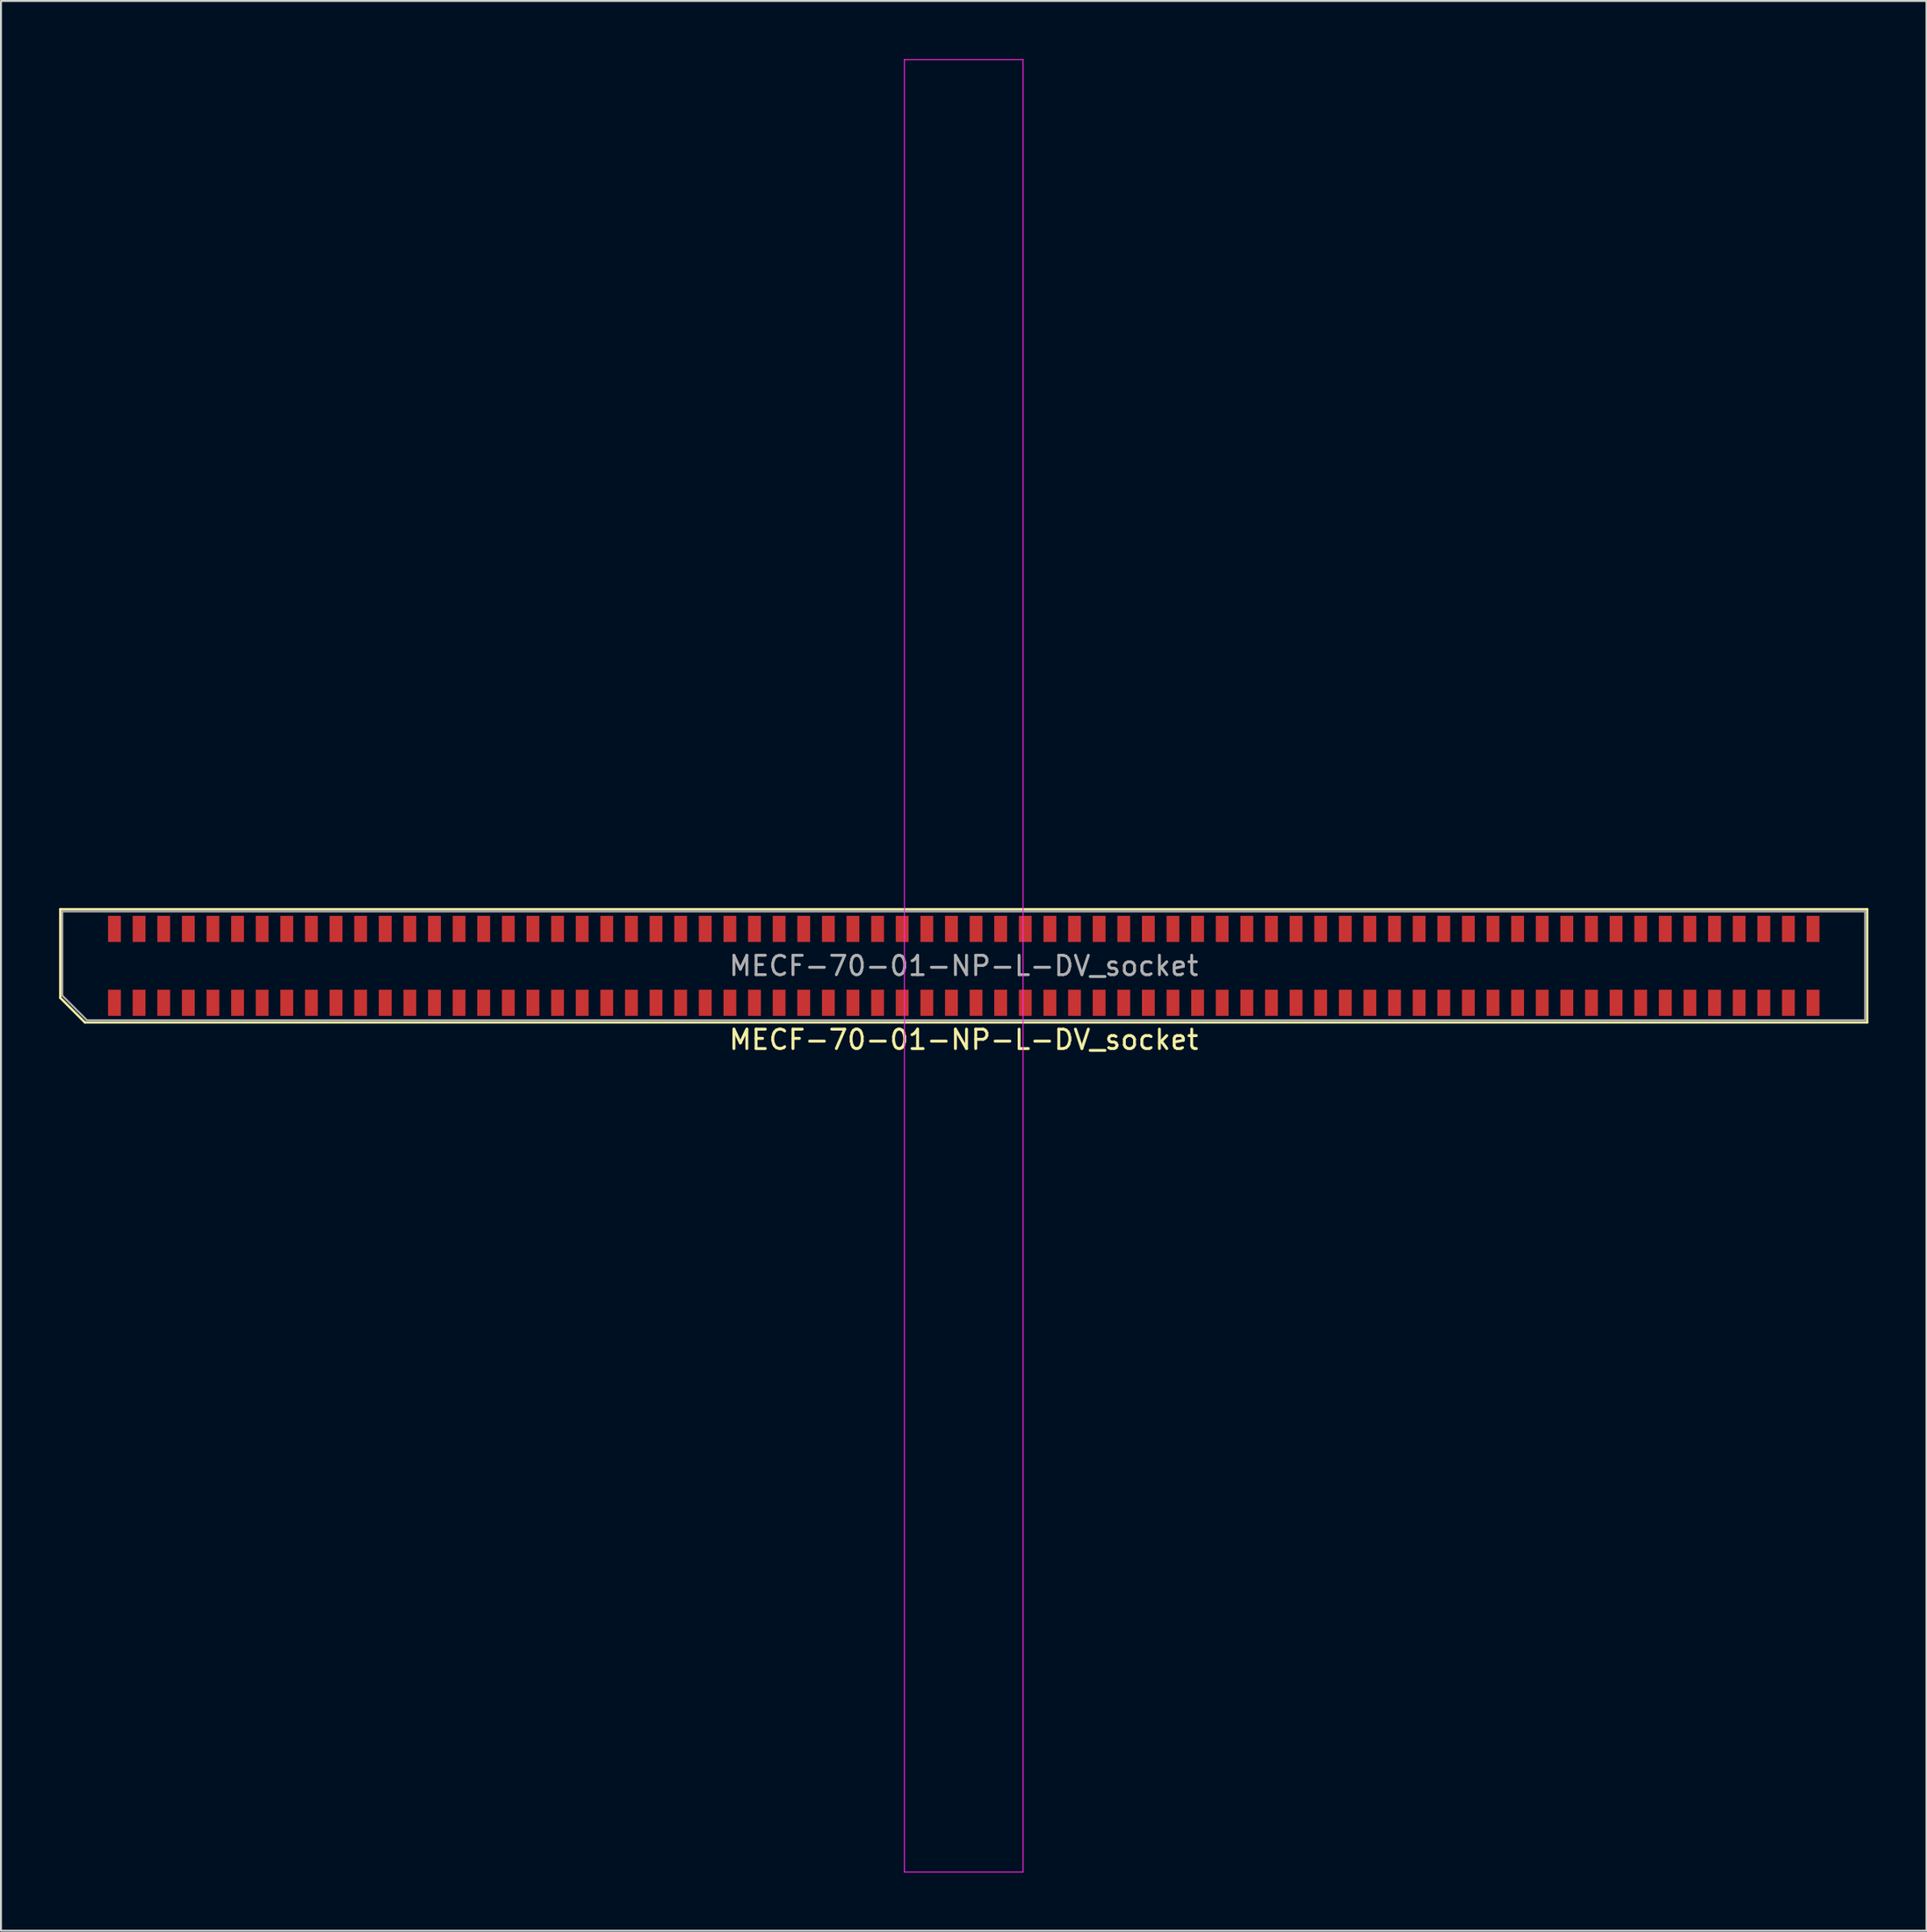
<source format=kicad_pcb>
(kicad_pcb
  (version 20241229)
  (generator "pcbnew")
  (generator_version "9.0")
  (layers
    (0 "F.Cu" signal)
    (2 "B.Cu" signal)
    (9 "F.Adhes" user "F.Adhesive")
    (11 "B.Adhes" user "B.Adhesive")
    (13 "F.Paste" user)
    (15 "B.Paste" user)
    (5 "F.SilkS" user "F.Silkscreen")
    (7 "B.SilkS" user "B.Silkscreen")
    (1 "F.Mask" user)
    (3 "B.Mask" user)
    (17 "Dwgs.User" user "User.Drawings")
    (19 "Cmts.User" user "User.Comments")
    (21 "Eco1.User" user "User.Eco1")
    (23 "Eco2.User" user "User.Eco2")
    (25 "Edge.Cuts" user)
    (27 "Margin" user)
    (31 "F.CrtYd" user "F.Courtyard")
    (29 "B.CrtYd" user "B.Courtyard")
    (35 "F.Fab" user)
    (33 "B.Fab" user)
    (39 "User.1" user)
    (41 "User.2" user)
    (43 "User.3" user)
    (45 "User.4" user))
  (footprint "MECF-70-01-NP-L-DV_socket"
    (layer "F.Cu")
    (at 46.67 46.775)
    (property "Reference" "MECF-70-01-NP-L-DV_socket" (at 0 3.81 0) (layer "F.SilkS") (effects (font (size 1 1) (thickness 0.15))))
    (attr smd)
    (fp_line (start -46.61 -2.92) (end 46.61 -2.92) (stroke (width 0.12) (type solid)) (layer "F.SilkS"))
    (fp_line (start -46.61 1.65) (end -46.61 -2.92) (stroke (width 0.12) (type solid)) (layer "F.SilkS"))
    (fp_line (start -45.34 2.92) (end -46.61 1.65) (stroke (width 0.12) (type solid)) (layer "F.SilkS"))
    (fp_line (start -45.34 2.92) (end 46.61 2.92) (stroke (width 0.12) (type solid)) (layer "F.SilkS"))
    (fp_line (start 46.61 2.92) (end 46.61 -2.92) (stroke (width 0.12) (type solid)) (layer "F.SilkS"))
    (fp_line (start -3.06 -46.75) (end -3.06 46.75) (stroke (width 0.05) (type solid)) (layer "F.CrtYd"))
    (fp_line (start -3.06 46.75) (end 3.06 46.75) (stroke (width 0.05) (type solid)) (layer "F.CrtYd"))
    (fp_line (start 3.06 -46.75) (end -3.06 -46.75) (stroke (width 0.05) (type solid)) (layer "F.CrtYd"))
    (fp_line (start 3.06 46.75) (end 3.06 -46.75) (stroke (width 0.05) (type solid)) (layer "F.CrtYd"))
    (fp_line (start -46.505 -2.805) (end 46.505 -2.805) (stroke (width 0.1) (type solid)) (layer "F.Fab"))
    (fp_line (start -46.505 1.535) (end -46.505 -2.805) (stroke (width 0.1) (type solid)) (layer "F.Fab"))
    (fp_line (start -46.505 1.535) (end -45.235 2.805) (stroke (width 0.1) (type solid)) (layer "F.Fab"))
    (fp_line (start -45.235 2.805) (end 46.505 2.805) (stroke (width 0.1) (type solid)) (layer "F.Fab"))
    (fp_line (start 46.505 2.805) (end 46.505 -2.805) (stroke (width 0.1) (type solid)) (layer "F.Fab"))
    (fp_text user "${REFERENCE}" (at 0 0 0) (layer "F.Fab") (effects (font (size 1 1) (thickness 0.15))))
    (pad "" np_thru_hole circle (at -45.595 0) (size 0.001 0.001) (drill 1.45) (layers "*.Cu" "*.Mask"))
    (pad "" np_thru_hole circle (at 45.595 1) (size 0.001 0.001) (drill 1.45) (layers "*.Cu" "*.Mask"))
    (pad "1" smd rect (at -43.815 1.905) (size 0.66 1.35) (layers "F.Cu" "F.Mask" "F.Paste"))
    (pad "2" smd rect (at -43.815 -1.905) (size 0.66 1.35) (layers "F.Cu" "F.Mask" "F.Paste"))
    (pad "3" smd rect (at -42.545 1.905) (size 0.66 1.35) (layers "F.Cu" "F.Mask" "F.Paste"))
    (pad "4" smd rect (at -42.545 -1.905) (size 0.66 1.35) (layers "F.Cu" "F.Mask" "F.Paste"))
    (pad "5" smd rect (at -41.275 1.905) (size 0.66 1.35) (layers "F.Cu" "F.Mask" "F.Paste"))
    (pad "6" smd rect (at -41.275 -1.905) (size 0.66 1.35) (layers "F.Cu" "F.Mask" "F.Paste"))
    (pad "7" smd rect (at -40.005 1.905) (size 0.66 1.35) (layers "F.Cu" "F.Mask" "F.Paste"))
    (pad "8" smd rect (at -40.005 -1.905) (size 0.66 1.35) (layers "F.Cu" "F.Mask" "F.Paste"))
    (pad "9" smd rect (at -38.735 1.905) (size 0.66 1.35) (layers "F.Cu" "F.Mask" "F.Paste"))
    (pad "10" smd rect (at -38.735 -1.905) (size 0.66 1.35) (layers "F.Cu" "F.Mask" "F.Paste"))
    (pad "11" smd rect (at -37.465 1.905) (size 0.66 1.35) (layers "F.Cu" "F.Mask" "F.Paste"))
    (pad "12" smd rect (at -37.465 -1.905) (size 0.66 1.35) (layers "F.Cu" "F.Mask" "F.Paste"))
    (pad "13" smd rect (at -36.195 1.905) (size 0.66 1.35) (layers "F.Cu" "F.Mask" "F.Paste"))
    (pad "14" smd rect (at -36.195 -1.905) (size 0.66 1.35) (layers "F.Cu" "F.Mask" "F.Paste"))
    (pad "15" smd rect (at -34.925 1.905) (size 0.66 1.35) (layers "F.Cu" "F.Mask" "F.Paste"))
    (pad "16" smd rect (at -34.925 -1.905) (size 0.66 1.35) (layers "F.Cu" "F.Mask" "F.Paste"))
    (pad "17" smd rect (at -33.655 1.905) (size 0.66 1.35) (layers "F.Cu" "F.Mask" "F.Paste"))
    (pad "18" smd rect (at -33.655 -1.905) (size 0.66 1.35) (layers "F.Cu" "F.Mask" "F.Paste"))
    (pad "19" smd rect (at -32.385 1.905) (size 0.66 1.35) (layers "F.Cu" "F.Mask" "F.Paste"))
    (pad "20" smd rect (at -32.385 -1.905) (size 0.66 1.35) (layers "F.Cu" "F.Mask" "F.Paste"))
    (pad "21" smd rect (at -31.115 1.905) (size 0.66 1.35) (layers "F.Cu" "F.Mask" "F.Paste"))
    (pad "22" smd rect (at -31.115 -1.905) (size 0.66 1.35) (layers "F.Cu" "F.Mask" "F.Paste"))
    (pad "23" smd rect (at -29.845 1.905) (size 0.66 1.35) (layers "F.Cu" "F.Mask" "F.Paste"))
    (pad "24" smd rect (at -29.845 -1.905) (size 0.66 1.35) (layers "F.Cu" "F.Mask" "F.Paste"))
    (pad "25" smd rect (at -28.575 1.905) (size 0.66 1.35) (layers "F.Cu" "F.Mask" "F.Paste"))
    (pad "26" smd rect (at -28.575 -1.905) (size 0.66 1.35) (layers "F.Cu" "F.Mask" "F.Paste"))
    (pad "27" smd rect (at -27.305 1.905) (size 0.66 1.35) (layers "F.Cu" "F.Mask" "F.Paste"))
    (pad "28" smd rect (at -27.305 -1.905) (size 0.66 1.35) (layers "F.Cu" "F.Mask" "F.Paste"))
    (pad "29" smd rect (at -26.035 1.905) (size 0.66 1.35) (layers "F.Cu" "F.Mask" "F.Paste"))
    (pad "30" smd rect (at -26.035 -1.905) (size 0.66 1.35) (layers "F.Cu" "F.Mask" "F.Paste"))
    (pad "31" smd rect (at -24.765 1.905) (size 0.66 1.35) (layers "F.Cu" "F.Mask" "F.Paste"))
    (pad "32" smd rect (at -24.765 -1.905) (size 0.66 1.35) (layers "F.Cu" "F.Mask" "F.Paste"))
    (pad "33" smd rect (at -23.495 1.905) (size 0.66 1.35) (layers "F.Cu" "F.Mask" "F.Paste"))
    (pad "34" smd rect (at -23.495 -1.905) (size 0.66 1.35) (layers "F.Cu" "F.Mask" "F.Paste"))
    (pad "35" smd rect (at -22.225 1.905) (size 0.66 1.35) (layers "F.Cu" "F.Mask" "F.Paste"))
    (pad "36" smd rect (at -22.225 -1.905) (size 0.66 1.35) (layers "F.Cu" "F.Mask" "F.Paste"))
    (pad "37" smd rect (at -20.955 1.905) (size 0.66 1.35) (layers "F.Cu" "F.Mask" "F.Paste"))
    (pad "38" smd rect (at -20.955 -1.905) (size 0.66 1.35) (layers "F.Cu" "F.Mask" "F.Paste"))
    (pad "39" smd rect (at -19.685 1.905) (size 0.66 1.35) (layers "F.Cu" "F.Mask" "F.Paste"))
    (pad "40" smd rect (at -19.685 -1.905) (size 0.66 1.35) (layers "F.Cu" "F.Mask" "F.Paste"))
    (pad "41" smd rect (at -18.415 1.905) (size 0.66 1.35) (layers "F.Cu" "F.Mask" "F.Paste"))
    (pad "42" smd rect (at -18.415 -1.905) (size 0.66 1.35) (layers "F.Cu" "F.Mask" "F.Paste"))
    (pad "43" smd rect (at -17.145 1.905) (size 0.66 1.35) (layers "F.Cu" "F.Mask" "F.Paste"))
    (pad "44" smd rect (at -17.145 -1.905) (size 0.66 1.35) (layers "F.Cu" "F.Mask" "F.Paste"))
    (pad "45" smd rect (at -15.875 1.905) (size 0.66 1.35) (layers "F.Cu" "F.Mask" "F.Paste"))
    (pad "46" smd rect (at -15.875 -1.905) (size 0.66 1.35) (layers "F.Cu" "F.Mask" "F.Paste"))
    (pad "47" smd rect (at -14.605 1.905) (size 0.66 1.35) (layers "F.Cu" "F.Mask" "F.Paste"))
    (pad "48" smd rect (at -14.605 -1.905) (size 0.66 1.35) (layers "F.Cu" "F.Mask" "F.Paste"))
    (pad "49" smd rect (at -13.335 1.905) (size 0.66 1.35) (layers "F.Cu" "F.Mask" "F.Paste"))
    (pad "50" smd rect (at -13.335 -1.905) (size 0.66 1.35) (layers "F.Cu" "F.Mask" "F.Paste"))
    (pad "51" smd rect (at -12.065 1.905) (size 0.66 1.35) (layers "F.Cu" "F.Mask" "F.Paste"))
    (pad "52" smd rect (at -12.065 -1.905) (size 0.66 1.35) (layers "F.Cu" "F.Mask" "F.Paste"))
    (pad "53" smd rect (at -10.795 1.905) (size 0.66 1.35) (layers "F.Cu" "F.Mask" "F.Paste"))
    (pad "54" smd rect (at -10.795 -1.905) (size 0.66 1.35) (layers "F.Cu" "F.Mask" "F.Paste"))
    (pad "55" smd rect (at -9.525 1.905) (size 0.66 1.35) (layers "F.Cu" "F.Mask" "F.Paste"))
    (pad "56" smd rect (at -9.525 -1.905) (size 0.66 1.35) (layers "F.Cu" "F.Mask" "F.Paste"))
    (pad "57" smd rect (at -8.255 1.905) (size 0.66 1.35) (layers "F.Cu" "F.Mask" "F.Paste"))
    (pad "58" smd rect (at -8.255 -1.905) (size 0.66 1.35) (layers "F.Cu" "F.Mask" "F.Paste"))
    (pad "59" smd rect (at -6.985 1.905) (size 0.66 1.35) (layers "F.Cu" "F.Mask" "F.Paste"))
    (pad "60" smd rect (at -6.985 -1.905) (size 0.66 1.35) (layers "F.Cu" "F.Mask" "F.Paste"))
    (pad "61" smd rect (at -5.715 1.905) (size 0.66 1.35) (layers "F.Cu" "F.Mask" "F.Paste"))
    (pad "62" smd rect (at -5.715 -1.905) (size 0.66 1.35) (layers "F.Cu" "F.Mask" "F.Paste"))
    (pad "63" smd rect (at -4.445 1.905) (size 0.66 1.35) (layers "F.Cu" "F.Mask" "F.Paste"))
    (pad "64" smd rect (at -4.445 -1.905) (size 0.66 1.35) (layers "F.Cu" "F.Mask" "F.Paste"))
    (pad "65" smd rect (at -3.175 1.905) (size 0.66 1.35) (layers "F.Cu" "F.Mask" "F.Paste"))
    (pad "66" smd rect (at -3.175 -1.905) (size 0.66 1.35) (layers "F.Cu" "F.Mask" "F.Paste"))
    (pad "67" smd rect (at -1.905 1.905) (size 0.66 1.35) (layers "F.Cu" "F.Mask" "F.Paste"))
    (pad "68" smd rect (at -1.905 -1.905) (size 0.66 1.35) (layers "F.Cu" "F.Mask" "F.Paste"))
    (pad "69" smd rect (at -0.635 1.905) (size 0.66 1.35) (layers "F.Cu" "F.Mask" "F.Paste"))
    (pad "70" smd rect (at -0.635 -1.905) (size 0.66 1.35) (layers "F.Cu" "F.Mask" "F.Paste"))
    (pad "71" smd rect (at 0.635 1.905) (size 0.66 1.35) (layers "F.Cu" "F.Mask" "F.Paste"))
    (pad "72" smd rect (at 0.635 -1.905) (size 0.66 1.35) (layers "F.Cu" "F.Mask" "F.Paste"))
    (pad "73" smd rect (at 1.905 1.905) (size 0.66 1.35) (layers "F.Cu" "F.Mask" "F.Paste"))
    (pad "74" smd rect (at 1.905 -1.905) (size 0.66 1.35) (layers "F.Cu" "F.Mask" "F.Paste"))
    (pad "75" smd rect (at 3.175 1.905) (size 0.66 1.35) (layers "F.Cu" "F.Mask" "F.Paste"))
    (pad "76" smd rect (at 3.175 -1.905) (size 0.66 1.35) (layers "F.Cu" "F.Mask" "F.Paste"))
    (pad "77" smd rect (at 4.445 1.905) (size 0.66 1.35) (layers "F.Cu" "F.Mask" "F.Paste"))
    (pad "78" smd rect (at 4.445 -1.905) (size 0.66 1.35) (layers "F.Cu" "F.Mask" "F.Paste"))
    (pad "79" smd rect (at 5.715 1.905) (size 0.66 1.35) (layers "F.Cu" "F.Mask" "F.Paste"))
    (pad "80" smd rect (at 5.715 -1.905) (size 0.66 1.35) (layers "F.Cu" "F.Mask" "F.Paste"))
    (pad "81" smd rect (at 6.985 1.905) (size 0.66 1.35) (layers "F.Cu" "F.Mask" "F.Paste"))
    (pad "82" smd rect (at 6.985 -1.905) (size 0.66 1.35) (layers "F.Cu" "F.Mask" "F.Paste"))
    (pad "83" smd rect (at 8.255 1.905) (size 0.66 1.35) (layers "F.Cu" "F.Mask" "F.Paste"))
    (pad "84" smd rect (at 8.255 -1.905) (size 0.66 1.35) (layers "F.Cu" "F.Mask" "F.Paste"))
    (pad "85" smd rect (at 9.525 1.905) (size 0.66 1.35) (layers "F.Cu" "F.Mask" "F.Paste"))
    (pad "86" smd rect (at 9.525 -1.905) (size 0.66 1.35) (layers "F.Cu" "F.Mask" "F.Paste"))
    (pad "87" smd rect (at 10.795 1.905) (size 0.66 1.35) (layers "F.Cu" "F.Mask" "F.Paste"))
    (pad "88" smd rect (at 10.795 -1.905) (size 0.66 1.35) (layers "F.Cu" "F.Mask" "F.Paste"))
    (pad "89" smd rect (at 12.065 1.905) (size 0.66 1.35) (layers "F.Cu" "F.Mask" "F.Paste"))
    (pad "90" smd rect (at 12.065 -1.905) (size 0.66 1.35) (layers "F.Cu" "F.Mask" "F.Paste"))
    (pad "91" smd rect (at 13.335 1.905) (size 0.66 1.35) (layers "F.Cu" "F.Mask" "F.Paste"))
    (pad "92" smd rect (at 13.335 -1.905) (size 0.66 1.35) (layers "F.Cu" "F.Mask" "F.Paste"))
    (pad "93" smd rect (at 14.605 1.905) (size 0.66 1.35) (layers "F.Cu" "F.Mask" "F.Paste"))
    (pad "94" smd rect (at 14.605 -1.905) (size 0.66 1.35) (layers "F.Cu" "F.Mask" "F.Paste"))
    (pad "95" smd rect (at 15.875 1.905) (size 0.66 1.35) (layers "F.Cu" "F.Mask" "F.Paste"))
    (pad "96" smd rect (at 15.875 -1.905) (size 0.66 1.35) (layers "F.Cu" "F.Mask" "F.Paste"))
    (pad "97" smd rect (at 17.145 1.905) (size 0.66 1.35) (layers "F.Cu" "F.Mask" "F.Paste"))
    (pad "98" smd rect (at 17.145 -1.905) (size 0.66 1.35) (layers "F.Cu" "F.Mask" "F.Paste"))
    (pad "99" smd rect (at 18.415 1.905) (size 0.66 1.35) (layers "F.Cu" "F.Mask" "F.Paste"))
    (pad "100" smd rect (at 18.415 -1.905) (size 0.66 1.35) (layers "F.Cu" "F.Mask" "F.Paste"))
    (pad "101" smd rect (at 19.685 1.905) (size 0.66 1.35) (layers "F.Cu" "F.Mask" "F.Paste"))
    (pad "102" smd rect (at 19.685 -1.905) (size 0.66 1.35) (layers "F.Cu" "F.Mask" "F.Paste"))
    (pad "103" smd rect (at 20.955 1.905) (size 0.66 1.35) (layers "F.Cu" "F.Mask" "F.Paste"))
    (pad "104" smd rect (at 20.955 -1.905) (size 0.66 1.35) (layers "F.Cu" "F.Mask" "F.Paste"))
    (pad "105" smd rect (at 22.225 1.905) (size 0.66 1.35) (layers "F.Cu" "F.Mask" "F.Paste"))
    (pad "106" smd rect (at 22.225 -1.905) (size 0.66 1.35) (layers "F.Cu" "F.Mask" "F.Paste"))
    (pad "107" smd rect (at 23.495 1.905) (size 0.66 1.35) (layers "F.Cu" "F.Mask" "F.Paste"))
    (pad "108" smd rect (at 23.495 -1.905) (size 0.66 1.35) (layers "F.Cu" "F.Mask" "F.Paste"))
    (pad "109" smd rect (at 24.765 1.905) (size 0.66 1.35) (layers "F.Cu" "F.Mask" "F.Paste"))
    (pad "110" smd rect (at 24.765 -1.905) (size 0.66 1.35) (layers "F.Cu" "F.Mask" "F.Paste"))
    (pad "111" smd rect (at 26.035 1.905) (size 0.66 1.35) (layers "F.Cu" "F.Mask" "F.Paste"))
    (pad "112" smd rect (at 26.035 -1.905) (size 0.66 1.35) (layers "F.Cu" "F.Mask" "F.Paste"))
    (pad "113" smd rect (at 27.305 1.905) (size 0.66 1.35) (layers "F.Cu" "F.Mask" "F.Paste"))
    (pad "114" smd rect (at 27.305 -1.905) (size 0.66 1.35) (layers "F.Cu" "F.Mask" "F.Paste"))
    (pad "115" smd rect (at 28.575 1.905) (size 0.66 1.35) (layers "F.Cu" "F.Mask" "F.Paste"))
    (pad "116" smd rect (at 28.575 -1.905) (size 0.66 1.35) (layers "F.Cu" "F.Mask" "F.Paste"))
    (pad "117" smd rect (at 29.845 1.905) (size 0.66 1.35) (layers "F.Cu" "F.Mask" "F.Paste"))
    (pad "118" smd rect (at 29.845 -1.905) (size 0.66 1.35) (layers "F.Cu" "F.Mask" "F.Paste"))
    (pad "119" smd rect (at 31.115 1.905) (size 0.66 1.35) (layers "F.Cu" "F.Mask" "F.Paste"))
    (pad "120" smd rect (at 31.115 -1.905) (size 0.66 1.35) (layers "F.Cu" "F.Mask" "F.Paste"))
    (pad "121" smd rect (at 32.385 1.905) (size 0.66 1.35) (layers "F.Cu" "F.Mask" "F.Paste"))
    (pad "122" smd rect (at 32.385 -1.905) (size 0.66 1.35) (layers "F.Cu" "F.Mask" "F.Paste"))
    (pad "123" smd rect (at 33.655 1.905) (size 0.66 1.35) (layers "F.Cu" "F.Mask" "F.Paste"))
    (pad "124" smd rect (at 33.655 -1.905) (size 0.66 1.35) (layers "F.Cu" "F.Mask" "F.Paste"))
    (pad "125" smd rect (at 34.925 1.905) (size 0.66 1.35) (layers "F.Cu" "F.Mask" "F.Paste"))
    (pad "126" smd rect (at 34.925 -1.905) (size 0.66 1.35) (layers "F.Cu" "F.Mask" "F.Paste"))
    (pad "127" smd rect (at 36.195 1.905) (size 0.66 1.35) (layers "F.Cu" "F.Mask" "F.Paste"))
    (pad "128" smd rect (at 36.195 -1.905) (size 0.66 1.35) (layers "F.Cu" "F.Mask" "F.Paste"))
    (pad "129" smd rect (at 37.465 1.905) (size 0.66 1.35) (layers "F.Cu" "F.Mask" "F.Paste"))
    (pad "130" smd rect (at 37.465 -1.905) (size 0.66 1.35) (layers "F.Cu" "F.Mask" "F.Paste"))
    (pad "131" smd rect (at 38.735 1.905) (size 0.66 1.35) (layers "F.Cu" "F.Mask" "F.Paste"))
    (pad "132" smd rect (at 38.735 -1.905) (size 0.66 1.35) (layers "F.Cu" "F.Mask" "F.Paste"))
    (pad "133" smd rect (at 40.005 1.905) (size 0.66 1.35) (layers "F.Cu" "F.Mask" "F.Paste"))
    (pad "134" smd rect (at 40.005 -1.905) (size 0.66 1.35) (layers "F.Cu" "F.Mask" "F.Paste"))
    (pad "135" smd rect (at 41.275 1.905) (size 0.66 1.35) (layers "F.Cu" "F.Mask" "F.Paste"))
    (pad "136" smd rect (at 41.275 -1.905) (size 0.66 1.35) (layers "F.Cu" "F.Mask" "F.Paste"))
    (pad "137" smd rect (at 42.545 1.905) (size 0.66 1.35) (layers "F.Cu" "F.Mask" "F.Paste"))
    (pad "138" smd rect (at 42.545 -1.905) (size 0.66 1.35) (layers "F.Cu" "F.Mask" "F.Paste"))
    (pad "139" smd rect (at 43.815 1.905) (size 0.66 1.35) (layers "F.Cu" "F.Mask" "F.Paste"))
    (pad "140" smd rect (at 43.815 -1.905) (size 0.66 1.35) (layers "F.Cu" "F.Mask" "F.Paste")))
  (gr_rect
    (start -3 -3)
    (end 96.34 96.55)
    (stroke (width 0.1) (type default))
    (fill no)
    (layer "Edge.Cuts")))
</source>
